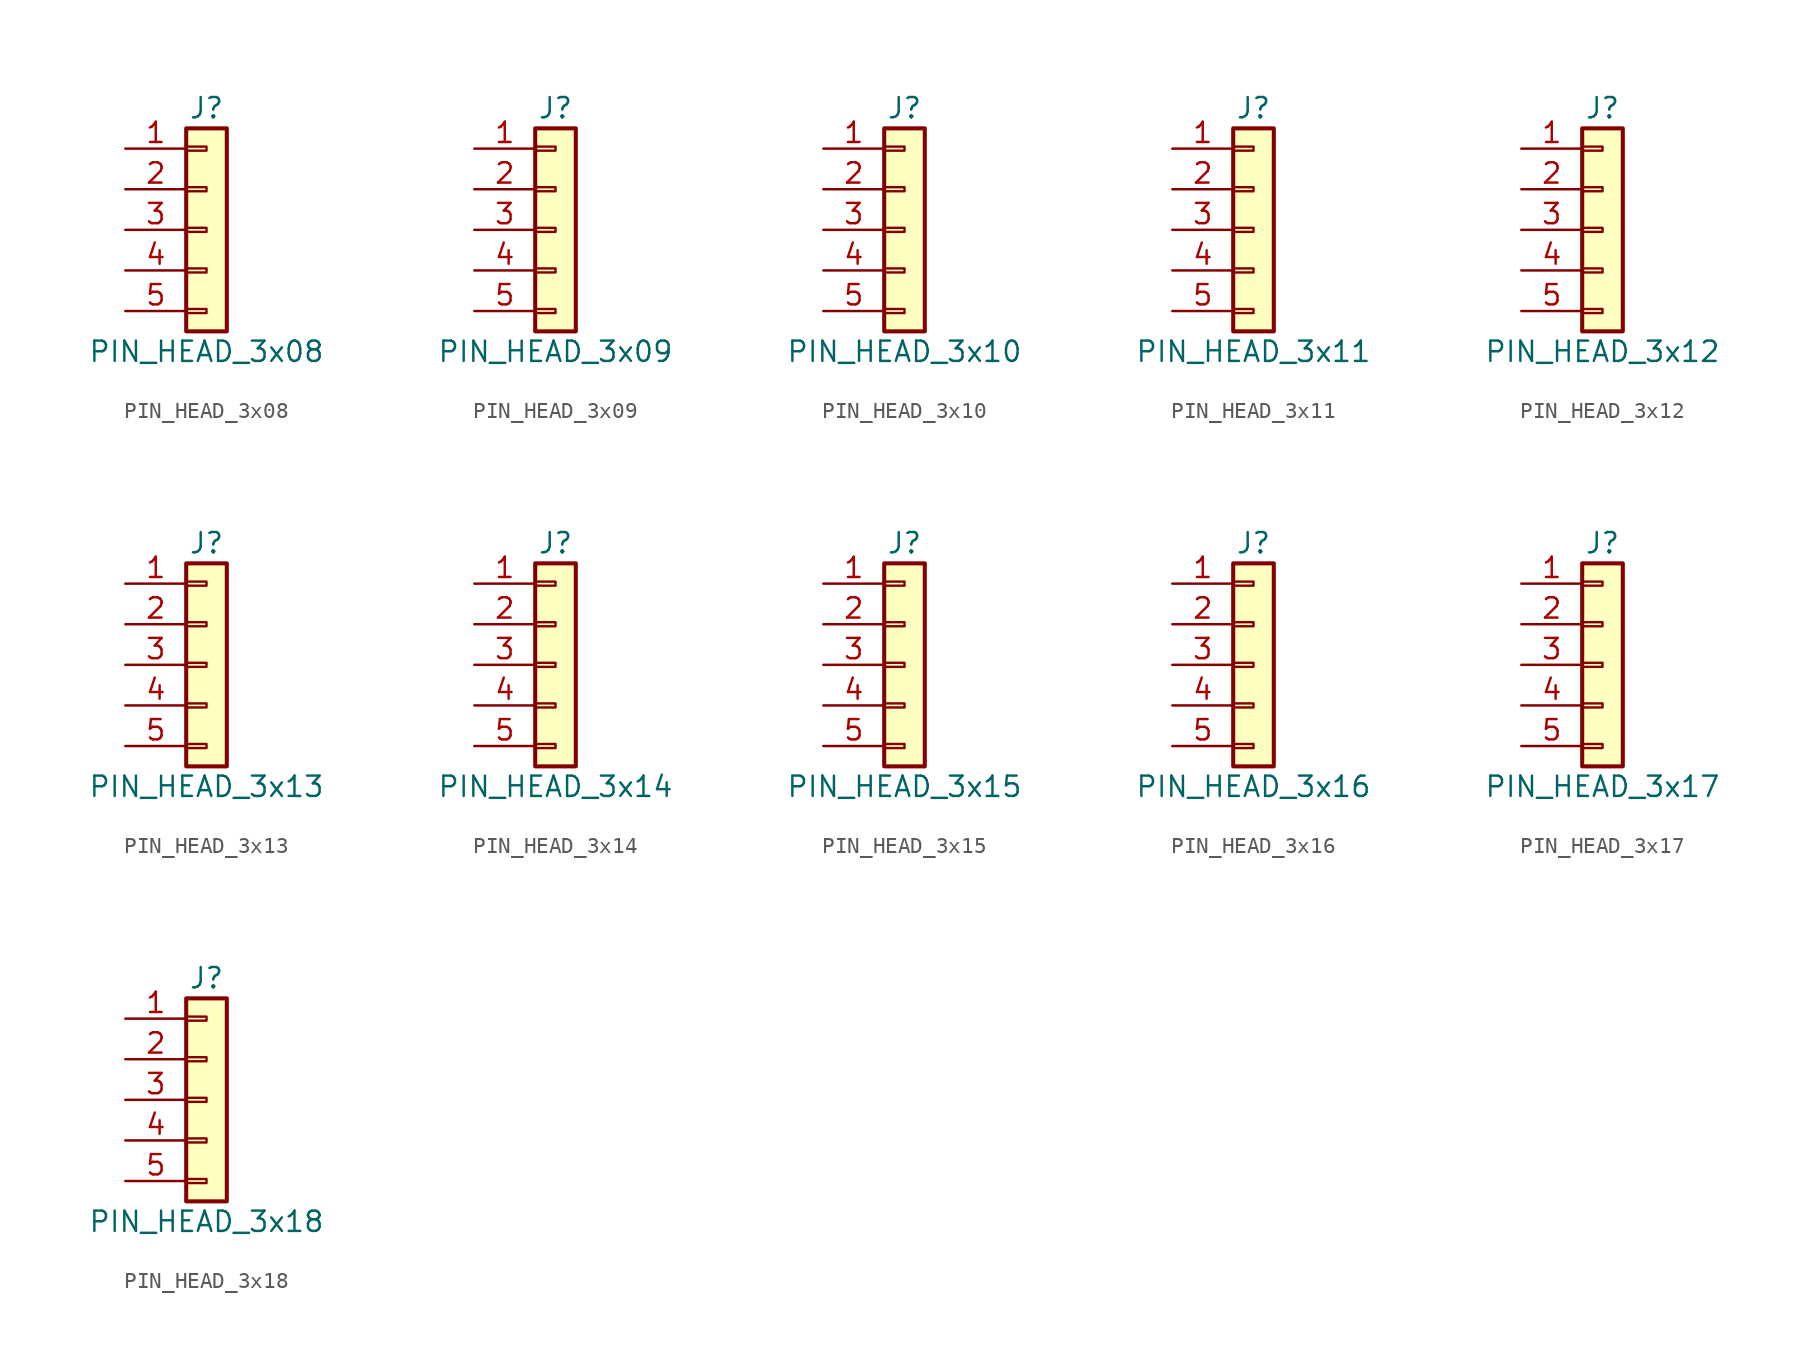
<source format=kicad_sym>
(kicad_symbol_lib
  (version 20211014)
  (generator kicad_symbol_editor)
  (symbol "PIN_HEAD_3x08"
    (pin_names
      (offset 1.016) hide)
    (property "Reference" "J"
      (at 0 7.62 0)
      (effects (font (size 1.27 1.27))))
    (property "Value" "PIN_HEAD_3x08"
      (at 0 -7.62 0)
      (effects (font (size 1.27 1.27))))
    (symbol "PIN_HEAD_3x08_1_1"
      (rectangle (start -1.27 -4.953) (end 0 -5.207) (stroke (width 0.152) (type default) (color 0 0 0 0)) (fill (type none)))
      (rectangle (start -1.27 -2.413) (end 0 -2.667) (stroke (width 0.152) (type default) (color 0 0 0 0)) (fill (type none)))
      (rectangle (start -1.27 0.127) (end 0 -0.127) (stroke (width 0.152) (type default) (color 0 0 0 0)) (fill (type none)))
      (rectangle (start -1.27 2.667) (end 0 2.413) (stroke (width 0.152) (type default) (color 0 0 0 0)) (fill (type none)))
      (rectangle (start -1.27 5.207) (end 0 4.953) (stroke (width 0.152) (type default) (color 0 0 0 0)) (fill (type none)))
      (rectangle (start -1.27 6.35) (end 1.27 -6.35) (stroke (width 0.254) (type default) (color 0 0 0 0)) (fill (type background)))
      (pin passive line (at -5.08 5.08 0) (length 3.81) (name "Pin_1" (effects (font (size 1.27 1.27)))) (number "1" (effects (font (size 1.27 1.27)))))
      (pin passive line (at -5.08 2.54 0) (length 3.81) (name "Pin_2" (effects (font (size 1.27 1.27)))) (number "2" (effects (font (size 1.27 1.27)))))
      (pin passive line (at -5.08 0 0) (length 3.81) (name "Pin_3" (effects (font (size 1.27 1.27)))) (number "3" (effects (font (size 1.27 1.27)))))
      (pin passive line (at -5.08 -2.54 0) (length 3.81) (name "Pin_4" (effects (font (size 1.27 1.27)))) (number "4" (effects (font (size 1.27 1.27)))))
      (pin passive line (at -5.08 -5.08 0) (length 3.81) (name "Pin_5" (effects (font (size 1.27 1.27)))) (number "5" (effects (font (size 1.27 1.27)))))))
  (symbol "PIN_HEAD_3x09"
    (pin_names
      (offset 1.016) hide)
    (property "Reference" "J"
      (at 0 7.62 0)
      (effects (font (size 1.27 1.27))))
    (property "Value" "PIN_HEAD_3x09"
      (at 0 -7.62 0)
      (effects (font (size 1.27 1.27))))
    (symbol "PIN_HEAD_3x09_1_1"
      (rectangle (start -1.27 -4.953) (end 0 -5.207) (stroke (width 0.152) (type default) (color 0 0 0 0)) (fill (type none)))
      (rectangle (start -1.27 -2.413) (end 0 -2.667) (stroke (width 0.152) (type default) (color 0 0 0 0)) (fill (type none)))
      (rectangle (start -1.27 0.127) (end 0 -0.127) (stroke (width 0.152) (type default) (color 0 0 0 0)) (fill (type none)))
      (rectangle (start -1.27 2.667) (end 0 2.413) (stroke (width 0.152) (type default) (color 0 0 0 0)) (fill (type none)))
      (rectangle (start -1.27 5.207) (end 0 4.953) (stroke (width 0.152) (type default) (color 0 0 0 0)) (fill (type none)))
      (rectangle (start -1.27 6.35) (end 1.27 -6.35) (stroke (width 0.254) (type default) (color 0 0 0 0)) (fill (type background)))
      (pin passive line (at -5.08 5.08 0) (length 3.81) (name "Pin_1" (effects (font (size 1.27 1.27)))) (number "1" (effects (font (size 1.27 1.27)))))
      (pin passive line (at -5.08 2.54 0) (length 3.81) (name "Pin_2" (effects (font (size 1.27 1.27)))) (number "2" (effects (font (size 1.27 1.27)))))
      (pin passive line (at -5.08 0 0) (length 3.81) (name "Pin_3" (effects (font (size 1.27 1.27)))) (number "3" (effects (font (size 1.27 1.27)))))
      (pin passive line (at -5.08 -2.54 0) (length 3.81) (name "Pin_4" (effects (font (size 1.27 1.27)))) (number "4" (effects (font (size 1.27 1.27)))))
      (pin passive line (at -5.08 -5.08 0) (length 3.81) (name "Pin_5" (effects (font (size 1.27 1.27)))) (number "5" (effects (font (size 1.27 1.27)))))))
  (symbol "PIN_HEAD_3x10"
    (pin_names
      (offset 1.016) hide)
    (property "Reference" "J"
      (at 0 7.62 0)
      (effects (font (size 1.27 1.27))))
    (property "Value" "PIN_HEAD_3x10"
      (at 0 -7.62 0)
      (effects (font (size 1.27 1.27))))
    (symbol "PIN_HEAD_3x10_1_1"
      (rectangle (start -1.27 -4.953) (end 0 -5.207) (stroke (width 0.152) (type default) (color 0 0 0 0)) (fill (type none)))
      (rectangle (start -1.27 -2.413) (end 0 -2.667) (stroke (width 0.152) (type default) (color 0 0 0 0)) (fill (type none)))
      (rectangle (start -1.27 0.127) (end 0 -0.127) (stroke (width 0.152) (type default) (color 0 0 0 0)) (fill (type none)))
      (rectangle (start -1.27 2.667) (end 0 2.413) (stroke (width 0.152) (type default) (color 0 0 0 0)) (fill (type none)))
      (rectangle (start -1.27 5.207) (end 0 4.953) (stroke (width 0.152) (type default) (color 0 0 0 0)) (fill (type none)))
      (rectangle (start -1.27 6.35) (end 1.27 -6.35) (stroke (width 0.254) (type default) (color 0 0 0 0)) (fill (type background)))
      (pin passive line (at -5.08 5.08 0) (length 3.81) (name "Pin_1" (effects (font (size 1.27 1.27)))) (number "1" (effects (font (size 1.27 1.27)))))
      (pin passive line (at -5.08 2.54 0) (length 3.81) (name "Pin_2" (effects (font (size 1.27 1.27)))) (number "2" (effects (font (size 1.27 1.27)))))
      (pin passive line (at -5.08 0 0) (length 3.81) (name "Pin_3" (effects (font (size 1.27 1.27)))) (number "3" (effects (font (size 1.27 1.27)))))
      (pin passive line (at -5.08 -2.54 0) (length 3.81) (name "Pin_4" (effects (font (size 1.27 1.27)))) (number "4" (effects (font (size 1.27 1.27)))))
      (pin passive line (at -5.08 -5.08 0) (length 3.81) (name "Pin_5" (effects (font (size 1.27 1.27)))) (number "5" (effects (font (size 1.27 1.27)))))))
  (symbol "PIN_HEAD_3x11"
    (pin_names
      (offset 1.016) hide)
    (property "Reference" "J"
      (at 0 7.62 0)
      (effects (font (size 1.27 1.27))))
    (property "Value" "PIN_HEAD_3x11"
      (at 0 -7.62 0)
      (effects (font (size 1.27 1.27))))
    (symbol "PIN_HEAD_3x11_1_1"
      (rectangle (start -1.27 -4.953) (end 0 -5.207) (stroke (width 0.152) (type default) (color 0 0 0 0)) (fill (type none)))
      (rectangle (start -1.27 -2.413) (end 0 -2.667) (stroke (width 0.152) (type default) (color 0 0 0 0)) (fill (type none)))
      (rectangle (start -1.27 0.127) (end 0 -0.127) (stroke (width 0.152) (type default) (color 0 0 0 0)) (fill (type none)))
      (rectangle (start -1.27 2.667) (end 0 2.413) (stroke (width 0.152) (type default) (color 0 0 0 0)) (fill (type none)))
      (rectangle (start -1.27 5.207) (end 0 4.953) (stroke (width 0.152) (type default) (color 0 0 0 0)) (fill (type none)))
      (rectangle (start -1.27 6.35) (end 1.27 -6.35) (stroke (width 0.254) (type default) (color 0 0 0 0)) (fill (type background)))
      (pin passive line (at -5.08 5.08 0) (length 3.81) (name "Pin_1" (effects (font (size 1.27 1.27)))) (number "1" (effects (font (size 1.27 1.27)))))
      (pin passive line (at -5.08 2.54 0) (length 3.81) (name "Pin_2" (effects (font (size 1.27 1.27)))) (number "2" (effects (font (size 1.27 1.27)))))
      (pin passive line (at -5.08 0 0) (length 3.81) (name "Pin_3" (effects (font (size 1.27 1.27)))) (number "3" (effects (font (size 1.27 1.27)))))
      (pin passive line (at -5.08 -2.54 0) (length 3.81) (name "Pin_4" (effects (font (size 1.27 1.27)))) (number "4" (effects (font (size 1.27 1.27)))))
      (pin passive line (at -5.08 -5.08 0) (length 3.81) (name "Pin_5" (effects (font (size 1.27 1.27)))) (number "5" (effects (font (size 1.27 1.27)))))))
  (symbol "PIN_HEAD_3x12"
    (pin_names
      (offset 1.016) hide)
    (property "Reference" "J"
      (at 0 7.62 0)
      (effects (font (size 1.27 1.27))))
    (property "Value" "PIN_HEAD_3x12"
      (at 0 -7.62 0)
      (effects (font (size 1.27 1.27))))
    (symbol "PIN_HEAD_3x12_1_1"
      (rectangle (start -1.27 -4.953) (end 0 -5.207) (stroke (width 0.152) (type default) (color 0 0 0 0)) (fill (type none)))
      (rectangle (start -1.27 -2.413) (end 0 -2.667) (stroke (width 0.152) (type default) (color 0 0 0 0)) (fill (type none)))
      (rectangle (start -1.27 0.127) (end 0 -0.127) (stroke (width 0.152) (type default) (color 0 0 0 0)) (fill (type none)))
      (rectangle (start -1.27 2.667) (end 0 2.413) (stroke (width 0.152) (type default) (color 0 0 0 0)) (fill (type none)))
      (rectangle (start -1.27 5.207) (end 0 4.953) (stroke (width 0.152) (type default) (color 0 0 0 0)) (fill (type none)))
      (rectangle (start -1.27 6.35) (end 1.27 -6.35) (stroke (width 0.254) (type default) (color 0 0 0 0)) (fill (type background)))
      (pin passive line (at -5.08 5.08 0) (length 3.81) (name "Pin_1" (effects (font (size 1.27 1.27)))) (number "1" (effects (font (size 1.27 1.27)))))
      (pin passive line (at -5.08 2.54 0) (length 3.81) (name "Pin_2" (effects (font (size 1.27 1.27)))) (number "2" (effects (font (size 1.27 1.27)))))
      (pin passive line (at -5.08 0 0) (length 3.81) (name "Pin_3" (effects (font (size 1.27 1.27)))) (number "3" (effects (font (size 1.27 1.27)))))
      (pin passive line (at -5.08 -2.54 0) (length 3.81) (name "Pin_4" (effects (font (size 1.27 1.27)))) (number "4" (effects (font (size 1.27 1.27)))))
      (pin passive line (at -5.08 -5.08 0) (length 3.81) (name "Pin_5" (effects (font (size 1.27 1.27)))) (number "5" (effects (font (size 1.27 1.27)))))))
  (symbol "PIN_HEAD_3x13"
    (pin_names
      (offset 1.016) hide)
    (property "Reference" "J"
      (at 0 7.62 0)
      (effects (font (size 1.27 1.27))))
    (property "Value" "PIN_HEAD_3x13"
      (at 0 -7.62 0)
      (effects (font (size 1.27 1.27))))
    (symbol "PIN_HEAD_3x13_1_1"
      (rectangle (start -1.27 -4.953) (end 0 -5.207) (stroke (width 0.152) (type default) (color 0 0 0 0)) (fill (type none)))
      (rectangle (start -1.27 -2.413) (end 0 -2.667) (stroke (width 0.152) (type default) (color 0 0 0 0)) (fill (type none)))
      (rectangle (start -1.27 0.127) (end 0 -0.127) (stroke (width 0.152) (type default) (color 0 0 0 0)) (fill (type none)))
      (rectangle (start -1.27 2.667) (end 0 2.413) (stroke (width 0.152) (type default) (color 0 0 0 0)) (fill (type none)))
      (rectangle (start -1.27 5.207) (end 0 4.953) (stroke (width 0.152) (type default) (color 0 0 0 0)) (fill (type none)))
      (rectangle (start -1.27 6.35) (end 1.27 -6.35) (stroke (width 0.254) (type default) (color 0 0 0 0)) (fill (type background)))
      (pin passive line (at -5.08 5.08 0) (length 3.81) (name "Pin_1" (effects (font (size 1.27 1.27)))) (number "1" (effects (font (size 1.27 1.27)))))
      (pin passive line (at -5.08 2.54 0) (length 3.81) (name "Pin_2" (effects (font (size 1.27 1.27)))) (number "2" (effects (font (size 1.27 1.27)))))
      (pin passive line (at -5.08 0 0) (length 3.81) (name "Pin_3" (effects (font (size 1.27 1.27)))) (number "3" (effects (font (size 1.27 1.27)))))
      (pin passive line (at -5.08 -2.54 0) (length 3.81) (name "Pin_4" (effects (font (size 1.27 1.27)))) (number "4" (effects (font (size 1.27 1.27)))))
      (pin passive line (at -5.08 -5.08 0) (length 3.81) (name "Pin_5" (effects (font (size 1.27 1.27)))) (number "5" (effects (font (size 1.27 1.27)))))))
  (symbol "PIN_HEAD_3x14"
    (pin_names
      (offset 1.016) hide)
    (property "Reference" "J"
      (at 0 7.62 0)
      (effects (font (size 1.27 1.27))))
    (property "Value" "PIN_HEAD_3x14"
      (at 0 -7.62 0)
      (effects (font (size 1.27 1.27))))
    (symbol "PIN_HEAD_3x14_1_1"
      (rectangle (start -1.27 -4.953) (end 0 -5.207) (stroke (width 0.152) (type default) (color 0 0 0 0)) (fill (type none)))
      (rectangle (start -1.27 -2.413) (end 0 -2.667) (stroke (width 0.152) (type default) (color 0 0 0 0)) (fill (type none)))
      (rectangle (start -1.27 0.127) (end 0 -0.127) (stroke (width 0.152) (type default) (color 0 0 0 0)) (fill (type none)))
      (rectangle (start -1.27 2.667) (end 0 2.413) (stroke (width 0.152) (type default) (color 0 0 0 0)) (fill (type none)))
      (rectangle (start -1.27 5.207) (end 0 4.953) (stroke (width 0.152) (type default) (color 0 0 0 0)) (fill (type none)))
      (rectangle (start -1.27 6.35) (end 1.27 -6.35) (stroke (width 0.254) (type default) (color 0 0 0 0)) (fill (type background)))
      (pin passive line (at -5.08 5.08 0) (length 3.81) (name "Pin_1" (effects (font (size 1.27 1.27)))) (number "1" (effects (font (size 1.27 1.27)))))
      (pin passive line (at -5.08 2.54 0) (length 3.81) (name "Pin_2" (effects (font (size 1.27 1.27)))) (number "2" (effects (font (size 1.27 1.27)))))
      (pin passive line (at -5.08 0 0) (length 3.81) (name "Pin_3" (effects (font (size 1.27 1.27)))) (number "3" (effects (font (size 1.27 1.27)))))
      (pin passive line (at -5.08 -2.54 0) (length 3.81) (name "Pin_4" (effects (font (size 1.27 1.27)))) (number "4" (effects (font (size 1.27 1.27)))))
      (pin passive line (at -5.08 -5.08 0) (length 3.81) (name "Pin_5" (effects (font (size 1.27 1.27)))) (number "5" (effects (font (size 1.27 1.27)))))))
  (symbol "PIN_HEAD_3x15"
    (pin_names
      (offset 1.016) hide)
    (property "Reference" "J"
      (at 0 7.62 0)
      (effects (font (size 1.27 1.27))))
    (property "Value" "PIN_HEAD_3x15"
      (at 0 -7.62 0)
      (effects (font (size 1.27 1.27))))
    (symbol "PIN_HEAD_3x15_1_1"
      (rectangle (start -1.27 -4.953) (end 0 -5.207) (stroke (width 0.152) (type default) (color 0 0 0 0)) (fill (type none)))
      (rectangle (start -1.27 -2.413) (end 0 -2.667) (stroke (width 0.152) (type default) (color 0 0 0 0)) (fill (type none)))
      (rectangle (start -1.27 0.127) (end 0 -0.127) (stroke (width 0.152) (type default) (color 0 0 0 0)) (fill (type none)))
      (rectangle (start -1.27 2.667) (end 0 2.413) (stroke (width 0.152) (type default) (color 0 0 0 0)) (fill (type none)))
      (rectangle (start -1.27 5.207) (end 0 4.953) (stroke (width 0.152) (type default) (color 0 0 0 0)) (fill (type none)))
      (rectangle (start -1.27 6.35) (end 1.27 -6.35) (stroke (width 0.254) (type default) (color 0 0 0 0)) (fill (type background)))
      (pin passive line (at -5.08 5.08 0) (length 3.81) (name "Pin_1" (effects (font (size 1.27 1.27)))) (number "1" (effects (font (size 1.27 1.27)))))
      (pin passive line (at -5.08 2.54 0) (length 3.81) (name "Pin_2" (effects (font (size 1.27 1.27)))) (number "2" (effects (font (size 1.27 1.27)))))
      (pin passive line (at -5.08 0 0) (length 3.81) (name "Pin_3" (effects (font (size 1.27 1.27)))) (number "3" (effects (font (size 1.27 1.27)))))
      (pin passive line (at -5.08 -2.54 0) (length 3.81) (name "Pin_4" (effects (font (size 1.27 1.27)))) (number "4" (effects (font (size 1.27 1.27)))))
      (pin passive line (at -5.08 -5.08 0) (length 3.81) (name "Pin_5" (effects (font (size 1.27 1.27)))) (number "5" (effects (font (size 1.27 1.27)))))))
  (symbol "PIN_HEAD_3x16"
    (pin_names
      (offset 1.016) hide)
    (property "Reference" "J"
      (at 0 7.62 0)
      (effects (font (size 1.27 1.27))))
    (property "Value" "PIN_HEAD_3x16"
      (at 0 -7.62 0)
      (effects (font (size 1.27 1.27))))
    (symbol "PIN_HEAD_3x16_1_1"
      (rectangle (start -1.27 -4.953) (end 0 -5.207) (stroke (width 0.152) (type default) (color 0 0 0 0)) (fill (type none)))
      (rectangle (start -1.27 -2.413) (end 0 -2.667) (stroke (width 0.152) (type default) (color 0 0 0 0)) (fill (type none)))
      (rectangle (start -1.27 0.127) (end 0 -0.127) (stroke (width 0.152) (type default) (color 0 0 0 0)) (fill (type none)))
      (rectangle (start -1.27 2.667) (end 0 2.413) (stroke (width 0.152) (type default) (color 0 0 0 0)) (fill (type none)))
      (rectangle (start -1.27 5.207) (end 0 4.953) (stroke (width 0.152) (type default) (color 0 0 0 0)) (fill (type none)))
      (rectangle (start -1.27 6.35) (end 1.27 -6.35) (stroke (width 0.254) (type default) (color 0 0 0 0)) (fill (type background)))
      (pin passive line (at -5.08 5.08 0) (length 3.81) (name "Pin_1" (effects (font (size 1.27 1.27)))) (number "1" (effects (font (size 1.27 1.27)))))
      (pin passive line (at -5.08 2.54 0) (length 3.81) (name "Pin_2" (effects (font (size 1.27 1.27)))) (number "2" (effects (font (size 1.27 1.27)))))
      (pin passive line (at -5.08 0 0) (length 3.81) (name "Pin_3" (effects (font (size 1.27 1.27)))) (number "3" (effects (font (size 1.27 1.27)))))
      (pin passive line (at -5.08 -2.54 0) (length 3.81) (name "Pin_4" (effects (font (size 1.27 1.27)))) (number "4" (effects (font (size 1.27 1.27)))))
      (pin passive line (at -5.08 -5.08 0) (length 3.81) (name "Pin_5" (effects (font (size 1.27 1.27)))) (number "5" (effects (font (size 1.27 1.27)))))))
  (symbol "PIN_HEAD_3x17"
    (pin_names
      (offset 1.016) hide)
    (property "Reference" "J"
      (at 0 7.62 0)
      (effects (font (size 1.27 1.27))))
    (property "Value" "PIN_HEAD_3x17"
      (at 0 -7.62 0)
      (effects (font (size 1.27 1.27))))
    (symbol "PIN_HEAD_3x17_1_1"
      (rectangle (start -1.27 -4.953) (end 0 -5.207) (stroke (width 0.152) (type default) (color 0 0 0 0)) (fill (type none)))
      (rectangle (start -1.27 -2.413) (end 0 -2.667) (stroke (width 0.152) (type default) (color 0 0 0 0)) (fill (type none)))
      (rectangle (start -1.27 0.127) (end 0 -0.127) (stroke (width 0.152) (type default) (color 0 0 0 0)) (fill (type none)))
      (rectangle (start -1.27 2.667) (end 0 2.413) (stroke (width 0.152) (type default) (color 0 0 0 0)) (fill (type none)))
      (rectangle (start -1.27 5.207) (end 0 4.953) (stroke (width 0.152) (type default) (color 0 0 0 0)) (fill (type none)))
      (rectangle (start -1.27 6.35) (end 1.27 -6.35) (stroke (width 0.254) (type default) (color 0 0 0 0)) (fill (type background)))
      (pin passive line (at -5.08 5.08 0) (length 3.81) (name "Pin_1" (effects (font (size 1.27 1.27)))) (number "1" (effects (font (size 1.27 1.27)))))
      (pin passive line (at -5.08 2.54 0) (length 3.81) (name "Pin_2" (effects (font (size 1.27 1.27)))) (number "2" (effects (font (size 1.27 1.27)))))
      (pin passive line (at -5.08 0 0) (length 3.81) (name "Pin_3" (effects (font (size 1.27 1.27)))) (number "3" (effects (font (size 1.27 1.27)))))
      (pin passive line (at -5.08 -2.54 0) (length 3.81) (name "Pin_4" (effects (font (size 1.27 1.27)))) (number "4" (effects (font (size 1.27 1.27)))))
      (pin passive line (at -5.08 -5.08 0) (length 3.81) (name "Pin_5" (effects (font (size 1.27 1.27)))) (number "5" (effects (font (size 1.27 1.27)))))))
  (symbol "PIN_HEAD_3x18"
    (pin_names
      (offset 1.016) hide)
    (property "Reference" "J"
      (at 0 7.62 0)
      (effects (font (size 1.27 1.27))))
    (property "Value" "PIN_HEAD_3x18"
      (at 0 -7.62 0)
      (effects (font (size 1.27 1.27))))
    (symbol "PIN_HEAD_3x18_1_1"
      (rectangle (start -1.27 -4.953) (end 0 -5.207) (stroke (width 0.152) (type default) (color 0 0 0 0)) (fill (type none)))
      (rectangle (start -1.27 -2.413) (end 0 -2.667) (stroke (width 0.152) (type default) (color 0 0 0 0)) (fill (type none)))
      (rectangle (start -1.27 0.127) (end 0 -0.127) (stroke (width 0.152) (type default) (color 0 0 0 0)) (fill (type none)))
      (rectangle (start -1.27 2.667) (end 0 2.413) (stroke (width 0.152) (type default) (color 0 0 0 0)) (fill (type none)))
      (rectangle (start -1.27 5.207) (end 0 4.953) (stroke (width 0.152) (type default) (color 0 0 0 0)) (fill (type none)))
      (rectangle (start -1.27 6.35) (end 1.27 -6.35) (stroke (width 0.254) (type default) (color 0 0 0 0)) (fill (type background)))
      (pin passive line (at -5.08 5.08 0) (length 3.81) (name "Pin_1" (effects (font (size 1.27 1.27)))) (number "1" (effects (font (size 1.27 1.27)))))
      (pin passive line (at -5.08 2.54 0) (length 3.81) (name "Pin_2" (effects (font (size 1.27 1.27)))) (number "2" (effects (font (size 1.27 1.27)))))
      (pin passive line (at -5.08 0 0) (length 3.81) (name "Pin_3" (effects (font (size 1.27 1.27)))) (number "3" (effects (font (size 1.27 1.27)))))
      (pin passive line (at -5.08 -2.54 0) (length 3.81) (name "Pin_4" (effects (font (size 1.27 1.27)))) (number "4" (effects (font (size 1.27 1.27)))))
      (pin passive line (at -5.08 -5.08 0) (length 3.81) (name "Pin_5" (effects (font (size 1.27 1.27)))) (number "5" (effects (font (size 1.27 1.27))))))))
</source>
